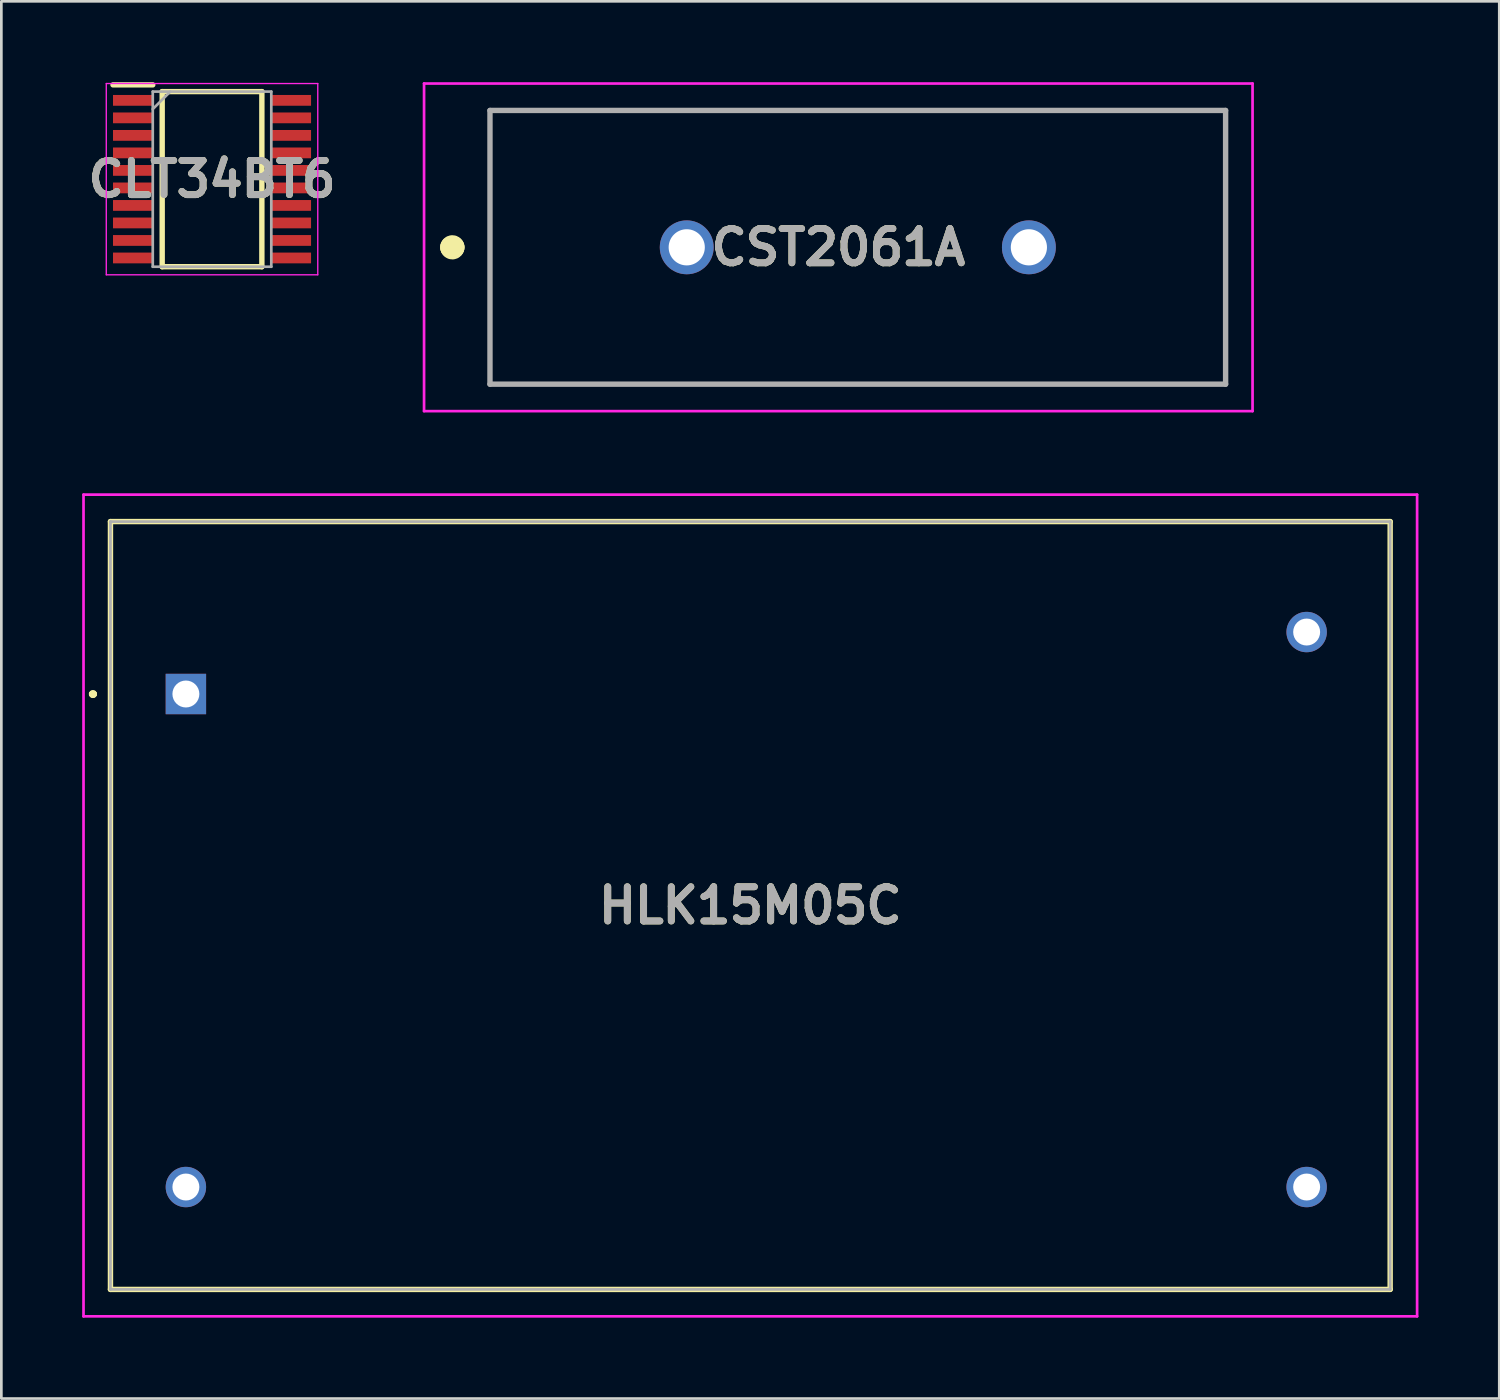
<source format=kicad_pcb>
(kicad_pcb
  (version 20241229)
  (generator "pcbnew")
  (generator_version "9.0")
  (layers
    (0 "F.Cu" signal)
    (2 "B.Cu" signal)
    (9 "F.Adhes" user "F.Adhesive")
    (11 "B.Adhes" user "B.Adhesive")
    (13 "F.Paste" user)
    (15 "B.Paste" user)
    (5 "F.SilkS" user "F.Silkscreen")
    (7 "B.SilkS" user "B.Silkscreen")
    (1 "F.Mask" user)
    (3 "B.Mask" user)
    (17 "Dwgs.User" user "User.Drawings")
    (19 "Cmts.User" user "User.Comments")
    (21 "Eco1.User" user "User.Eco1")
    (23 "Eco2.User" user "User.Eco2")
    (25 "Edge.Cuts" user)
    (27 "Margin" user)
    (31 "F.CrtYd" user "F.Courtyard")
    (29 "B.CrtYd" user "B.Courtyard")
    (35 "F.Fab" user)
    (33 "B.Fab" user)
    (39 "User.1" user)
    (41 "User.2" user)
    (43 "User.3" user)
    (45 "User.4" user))
  (footprint "CST2061A"
    (layer "F.Cu")
    (at 22.44 6.13)
    (property "Reference" "CST2061A" (at 5.626 0 0) (layer "F.SilkS") (effects (font (size 1.27 1.27) (thickness 0.254))))
    (attr through_hole)
    (fp_line (start -8.75 0) (end -8.75 0) (stroke (width 0.8) (type solid)) (layer "F.SilkS"))
    (fp_line (start -8.65 0) (end -8.65 0) (stroke (width 0.8) (type solid)) (layer "F.SilkS"))
    (fp_line (start -7.303 -5.08) (end 20.002 -5.08) (stroke (width 0.1) (type solid)) (layer "F.SilkS"))
    (fp_line (start -7.303 0) (end -7.303 0) (stroke (width 0.1) (type solid)) (layer "F.SilkS"))
    (fp_line (start -7.303 0) (end -7.303 0) (stroke (width 0.1) (type solid)) (layer "F.SilkS"))
    (fp_line (start -7.303 5.08) (end -7.303 -5.08) (stroke (width 0.1) (type solid)) (layer "F.SilkS"))
    (fp_line (start 20.002 -5.08) (end 20.002 5.08) (stroke (width 0.1) (type solid)) (layer "F.SilkS"))
    (fp_line (start 20.002 5.08) (end -7.303 5.08) (stroke (width 0.1) (type solid)) (layer "F.SilkS"))
    (fp_arc (start -8.75 0) (mid -8.7 -0.05) (end -8.65 0) (stroke (width 0.8) (type solid)) (layer "F.SilkS"))
    (fp_arc (start -8.65 0) (mid -8.7 0.05) (end -8.75 0) (stroke (width 0.8) (type solid)) (layer "F.SilkS"))
    (fp_line (start -9.75 -6.08) (end 21.002 -6.08) (stroke (width 0.1) (type solid)) (layer "F.CrtYd"))
    (fp_line (start -9.75 6.08) (end -9.75 -6.08) (stroke (width 0.1) (type solid)) (layer "F.CrtYd"))
    (fp_line (start 21.002 -6.08) (end 21.002 6.08) (stroke (width 0.1) (type solid)) (layer "F.CrtYd"))
    (fp_line (start 21.002 6.08) (end -9.75 6.08) (stroke (width 0.1) (type solid)) (layer "F.CrtYd"))
    (fp_line (start -7.303 -5.08) (end 20.002 -5.08) (stroke (width 0.2) (type solid)) (layer "F.Fab"))
    (fp_line (start -7.303 5.08) (end -7.303 -5.08) (stroke (width 0.2) (type solid)) (layer "F.Fab"))
    (fp_line (start 20.002 -5.08) (end 20.002 5.08) (stroke (width 0.2) (type solid)) (layer "F.Fab"))
    (fp_line (start 20.002 5.08) (end -7.303 5.08) (stroke (width 0.2) (type solid)) (layer "F.Fab"))
    (fp_text user "${REFERENCE}" (at 5.626 0 0) (layer "F.Fab") (effects (font (size 1.27 1.27) (thickness 0.254))))
    (pad "1" thru_hole circle (at 0 0) (size 2 2) (drill 1.343) (layers "*.Cu" "*.Mask"))
    (pad "2" thru_hole circle (at 12.7 0) (size 2 2) (drill 1.343) (layers "*.Cu" "*.Mask")))
  (footprint "CLT34BT6"
    (layer "F.Cu")
    (at 4.82 3.6)
    (property "Reference" "CLT34BT6" (at 0 0 0) (layer "F.SilkS") (effects (font (size 1.27 1.27) (thickness 0.254))))
    (attr smd)
    (fp_line (start -3.675 -3.5) (end -2.2 -3.5) (stroke (width 0.2) (type solid)) (layer "F.SilkS"))
    (fp_line (start -1.85 -3.25) (end 1.85 -3.25) (stroke (width 0.2) (type solid)) (layer "F.SilkS"))
    (fp_line (start -1.85 3.25) (end -1.85 -3.25) (stroke (width 0.2) (type solid)) (layer "F.SilkS"))
    (fp_line (start 1.85 -3.25) (end 1.85 3.25) (stroke (width 0.2) (type solid)) (layer "F.SilkS"))
    (fp_line (start 1.85 3.25) (end -1.85 3.25) (stroke (width 0.2) (type solid)) (layer "F.SilkS"))
    (fp_line (start -3.925 -3.55) (end 3.925 -3.55) (stroke (width 0.05) (type solid)) (layer "F.CrtYd"))
    (fp_line (start -3.925 3.55) (end -3.925 -3.55) (stroke (width 0.05) (type solid)) (layer "F.CrtYd"))
    (fp_line (start 3.925 -3.55) (end 3.925 3.55) (stroke (width 0.05) (type solid)) (layer "F.CrtYd"))
    (fp_line (start 3.925 3.55) (end -3.925 3.55) (stroke (width 0.05) (type solid)) (layer "F.CrtYd"))
    (fp_line (start -2.2 -3.25) (end 2.2 -3.25) (stroke (width 0.1) (type solid)) (layer "F.Fab"))
    (fp_line (start -2.2 -2.6) (end -1.55 -3.25) (stroke (width 0.1) (type solid)) (layer "F.Fab"))
    (fp_line (start -2.2 3.25) (end -2.2 -3.25) (stroke (width 0.1) (type solid)) (layer "F.Fab"))
    (fp_line (start 2.2 -3.25) (end 2.2 3.25) (stroke (width 0.1) (type solid)) (layer "F.Fab"))
    (fp_line (start 2.2 3.25) (end -2.2 3.25) (stroke (width 0.1) (type solid)) (layer "F.Fab"))
    (fp_text user "${REFERENCE}" (at 0 0 0) (layer "F.Fab") (effects (font (size 1.27 1.27) (thickness 0.254))))
    (pad "1" smd rect (at -2.938 -2.925 90) (size 0.4 1.475) (layers "F.Cu" "F.Mask" "F.Paste"))
    (pad "2" smd rect (at -2.938 -2.275 90) (size 0.4 1.475) (layers "F.Cu" "F.Mask" "F.Paste"))
    (pad "3" smd rect (at -2.938 -1.625 90) (size 0.4 1.475) (layers "F.Cu" "F.Mask" "F.Paste"))
    (pad "4" smd rect (at -2.938 -0.975 90) (size 0.4 1.475) (layers "F.Cu" "F.Mask" "F.Paste"))
    (pad "5" smd rect (at -2.938 -0.325 90) (size 0.4 1.475) (layers "F.Cu" "F.Mask" "F.Paste"))
    (pad "6" smd rect (at -2.938 0.325 90) (size 0.4 1.475) (layers "F.Cu" "F.Mask" "F.Paste"))
    (pad "7" smd rect (at -2.938 0.975 90) (size 0.4 1.475) (layers "F.Cu" "F.Mask" "F.Paste"))
    (pad "8" smd rect (at -2.938 1.625 90) (size 0.4 1.475) (layers "F.Cu" "F.Mask" "F.Paste"))
    (pad "9" smd rect (at -2.938 2.275 90) (size 0.4 1.475) (layers "F.Cu" "F.Mask" "F.Paste"))
    (pad "10" smd rect (at -2.938 2.925 90) (size 0.4 1.475) (layers "F.Cu" "F.Mask" "F.Paste"))
    (pad "11" smd rect (at 2.938 2.925 90) (size 0.4 1.475) (layers "F.Cu" "F.Mask" "F.Paste"))
    (pad "12" smd rect (at 2.938 2.275 90) (size 0.4 1.475) (layers "F.Cu" "F.Mask" "F.Paste"))
    (pad "13" smd rect (at 2.938 1.625 90) (size 0.4 1.475) (layers "F.Cu" "F.Mask" "F.Paste"))
    (pad "14" smd rect (at 2.938 0.975 90) (size 0.4 1.475) (layers "F.Cu" "F.Mask" "F.Paste"))
    (pad "15" smd rect (at 2.938 0.325 90) (size 0.4 1.475) (layers "F.Cu" "F.Mask" "F.Paste"))
    (pad "16" smd rect (at 2.938 -0.325 90) (size 0.4 1.475) (layers "F.Cu" "F.Mask" "F.Paste"))
    (pad "17" smd rect (at 2.938 -0.975 90) (size 0.4 1.475) (layers "F.Cu" "F.Mask" "F.Paste"))
    (pad "18" smd rect (at 2.938 -1.625 90) (size 0.4 1.475) (layers "F.Cu" "F.Mask" "F.Paste"))
    (pad "19" smd rect (at 2.938 -2.275 90) (size 0.4 1.475) (layers "F.Cu" "F.Mask" "F.Paste"))
    (pad "20" smd rect (at 2.938 -2.925 90) (size 0.4 1.475) (layers "F.Cu" "F.Mask" "F.Paste")))
  (footprint "HLK15M05C"
    (layer "F.Cu")
    (at 3.85 22.71)
    (property "Reference" "HLK15M05C" (at 20.95 7.85 0) (layer "F.SilkS") (effects (font (size 1.27 1.27) (thickness 0.254))))
    (attr through_hole)
    (fp_line (start -3.5 0) (end -3.5 0) (stroke (width 0.2) (type solid)) (layer "F.SilkS"))
    (fp_line (start -3.5 0) (end -3.5 0) (stroke (width 0.2) (type solid)) (layer "F.SilkS"))
    (fp_line (start -3.4 0) (end -3.4 0) (stroke (width 0.2) (type solid)) (layer "F.SilkS"))
    (fp_line (start -2.8 -6.4) (end -2.8 22.1) (stroke (width 0.2) (type solid)) (layer "F.SilkS"))
    (fp_line (start -2.8 22.1) (end 44.7 22.1) (stroke (width 0.2) (type solid)) (layer "F.SilkS"))
    (fp_line (start 44.7 -6.4) (end -2.8 -6.4) (stroke (width 0.2) (type solid)) (layer "F.SilkS"))
    (fp_line (start 44.7 22.1) (end 44.7 -6.4) (stroke (width 0.2) (type solid)) (layer "F.SilkS"))
    (fp_arc (start -3.5 0) (mid -3.45 -0.05) (end -3.4 0) (stroke (width 0.2) (type solid)) (layer "F.SilkS"))
    (fp_arc (start -3.4 0) (mid -3.45 0.05) (end -3.5 0) (stroke (width 0.2) (type solid)) (layer "F.SilkS"))
    (fp_arc (start -3.4 0) (mid -3.45 0.05) (end -3.5 0) (stroke (width 0.2) (type solid)) (layer "F.SilkS"))
    (fp_line (start -3.8 -7.4) (end 45.7 -7.4) (stroke (width 0.1) (type solid)) (layer "F.CrtYd"))
    (fp_line (start -3.8 23.1) (end -3.8 -7.4) (stroke (width 0.1) (type solid)) (layer "F.CrtYd"))
    (fp_line (start 45.7 -7.4) (end 45.7 23.1) (stroke (width 0.1) (type solid)) (layer "F.CrtYd"))
    (fp_line (start 45.7 23.1) (end -3.8 23.1) (stroke (width 0.1) (type solid)) (layer "F.CrtYd"))
    (fp_line (start -2.8 -6.4) (end -2.8 22.1) (stroke (width 0.1) (type solid)) (layer "F.Fab"))
    (fp_line (start -2.8 22.1) (end 44.7 22.1) (stroke (width 0.1) (type solid)) (layer "F.Fab"))
    (fp_line (start 44.7 -6.4) (end -2.8 -6.4) (stroke (width 0.1) (type solid)) (layer "F.Fab"))
    (fp_line (start 44.7 22.1) (end 44.7 -6.4) (stroke (width 0.1) (type solid)) (layer "F.Fab"))
    (fp_text user "${REFERENCE}" (at 20.95 7.85 0) (layer "F.Fab") (effects (font (size 1.27 1.27) (thickness 0.254))))
    (pad "1" thru_hole rect (at 0 0) (size 1.5 1.5) (drill 1) (layers "*.Cu" "*.Mask"))
    (pad "2" thru_hole circle (at 0 18.3) (size 1.5 1.5) (drill 1) (layers "*.Cu" "*.Mask"))
    (pad "3" thru_hole circle (at 41.6 -2.3) (size 1.5 1.5) (drill 1) (layers "*.Cu" "*.Mask"))
    (pad "4" thru_hole circle (at 41.6 18.3) (size 1.5 1.5) (drill 1) (layers "*.Cu" "*.Mask")))
  (gr_rect
    (start -3 -3)
    (end 52.6 48.86)
    (stroke (width 0.1) (type default))
    (fill no)
    (layer "Edge.Cuts")))
</source>
